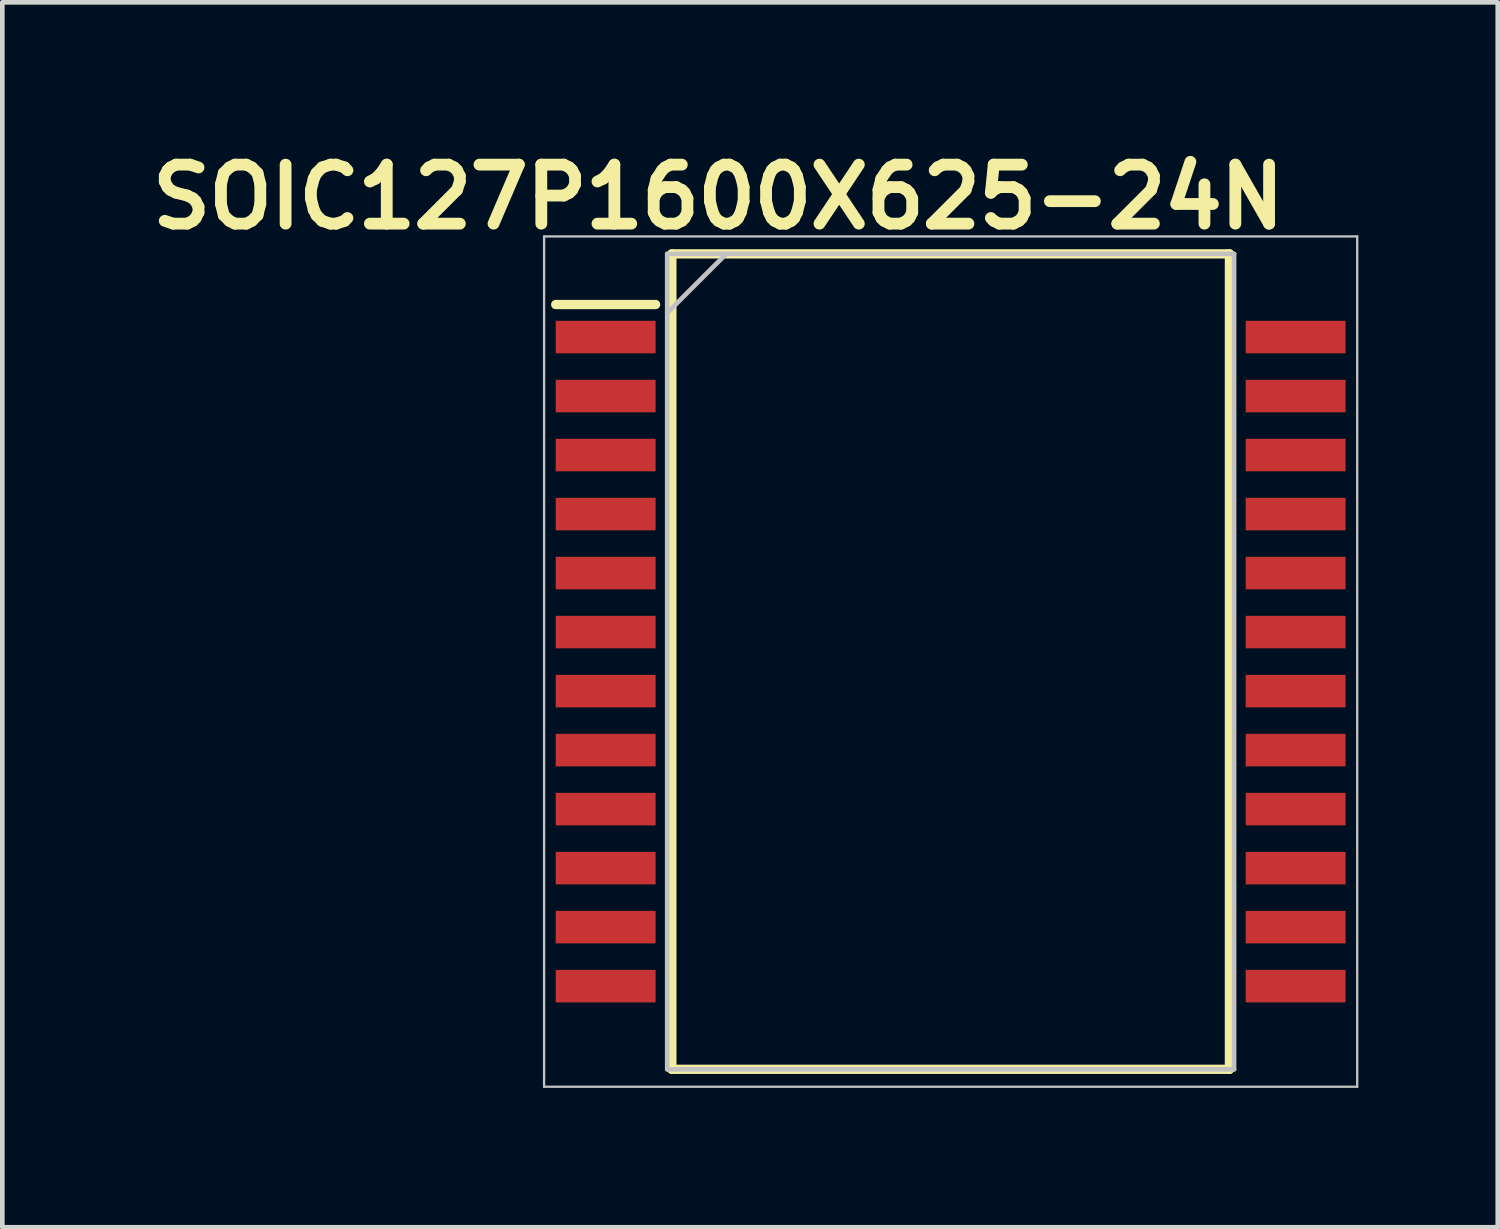
<source format=kicad_pcb>
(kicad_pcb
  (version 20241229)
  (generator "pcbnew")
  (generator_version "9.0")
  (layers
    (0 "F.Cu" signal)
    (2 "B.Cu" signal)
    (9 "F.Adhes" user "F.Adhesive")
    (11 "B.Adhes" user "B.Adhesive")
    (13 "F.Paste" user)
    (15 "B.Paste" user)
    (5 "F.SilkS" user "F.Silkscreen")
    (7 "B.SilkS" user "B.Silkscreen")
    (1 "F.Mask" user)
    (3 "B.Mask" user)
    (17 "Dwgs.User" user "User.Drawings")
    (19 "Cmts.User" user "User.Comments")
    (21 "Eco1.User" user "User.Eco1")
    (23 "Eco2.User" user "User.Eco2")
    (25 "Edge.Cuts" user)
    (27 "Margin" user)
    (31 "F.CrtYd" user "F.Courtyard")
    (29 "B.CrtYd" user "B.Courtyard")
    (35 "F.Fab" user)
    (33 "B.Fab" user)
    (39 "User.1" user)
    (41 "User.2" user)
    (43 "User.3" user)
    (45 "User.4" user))
  (footprint "SOIC127P1600X625-24N"
    (layer "F.Cu")
    (at 17.41 11.189)
    (property "Reference" "SOIC127P1600X625-24N" (at -5 -10 0) (layer "F.SilkS") (effects (font (size 1.27 1.27) (thickness 0.254))))
    (attr smd)
    (fp_line (start -8.5 -7.685) (end -6.35 -7.685) (stroke (width 0.2) (type solid)) (layer "F.SilkS"))
    (fp_line (start -6 -8.775) (end 6 -8.775) (stroke (width 0.2) (type solid)) (layer "F.SilkS"))
    (fp_line (start -6 8.775) (end -6 -8.775) (stroke (width 0.2) (type solid)) (layer "F.SilkS"))
    (fp_line (start 6 -8.775) (end 6 8.775) (stroke (width 0.2) (type solid)) (layer "F.SilkS"))
    (fp_line (start 6 8.775) (end -6 8.775) (stroke (width 0.2) (type solid)) (layer "F.SilkS"))
    (fp_line (start -8.75 -9.15) (end 8.75 -9.15) (stroke (width 0.05) (type solid)) (layer "Dwgs.User"))
    (fp_line (start -8.75 9.15) (end -8.75 -9.15) (stroke (width 0.05) (type solid)) (layer "Dwgs.User"))
    (fp_line (start -6.1 -8.775) (end 6.1 -8.775) (stroke (width 0.1) (type solid)) (layer "Dwgs.User"))
    (fp_line (start -6.1 -7.505) (end -4.83 -8.775) (stroke (width 0.1) (type solid)) (layer "Dwgs.User"))
    (fp_line (start -6.1 8.775) (end -6.1 -8.775) (stroke (width 0.1) (type solid)) (layer "Dwgs.User"))
    (fp_line (start 6.1 -8.775) (end 6.1 8.775) (stroke (width 0.1) (type solid)) (layer "Dwgs.User"))
    (fp_line (start 6.1 8.775) (end -6.1 8.775) (stroke (width 0.1) (type solid)) (layer "Dwgs.User"))
    (fp_line (start 8.75 -9.15) (end 8.75 9.15) (stroke (width 0.05) (type solid)) (layer "Dwgs.User"))
    (fp_line (start 8.75 9.15) (end -8.75 9.15) (stroke (width 0.05) (type solid)) (layer "Dwgs.User"))
    (pad "1" smd rect (at -7.425 -6.985 90) (size 0.7 2.15) (layers "F.Cu" "F.Mask" "F.Paste"))
    (pad "2" smd rect (at -7.425 -5.715 90) (size 0.7 2.15) (layers "F.Cu" "F.Mask" "F.Paste"))
    (pad "3" smd rect (at -7.425 -4.445 90) (size 0.7 2.15) (layers "F.Cu" "F.Mask" "F.Paste"))
    (pad "4" smd rect (at -7.425 -3.175 90) (size 0.7 2.15) (layers "F.Cu" "F.Mask" "F.Paste"))
    (pad "5" smd rect (at -7.425 -1.905 90) (size 0.7 2.15) (layers "F.Cu" "F.Mask" "F.Paste"))
    (pad "6" smd rect (at -7.425 -0.635 90) (size 0.7 2.15) (layers "F.Cu" "F.Mask" "F.Paste"))
    (pad "7" smd rect (at -7.425 0.635 90) (size 0.7 2.15) (layers "F.Cu" "F.Mask" "F.Paste"))
    (pad "8" smd rect (at -7.425 1.905 90) (size 0.7 2.15) (layers "F.Cu" "F.Mask" "F.Paste"))
    (pad "9" smd rect (at -7.425 3.175 90) (size 0.7 2.15) (layers "F.Cu" "F.Mask" "F.Paste"))
    (pad "10" smd rect (at -7.425 4.445 90) (size 0.7 2.15) (layers "F.Cu" "F.Mask" "F.Paste"))
    (pad "11" smd rect (at -7.425 5.715 90) (size 0.7 2.15) (layers "F.Cu" "F.Mask" "F.Paste"))
    (pad "12" smd rect (at -7.425 6.985 90) (size 0.7 2.15) (layers "F.Cu" "F.Mask" "F.Paste"))
    (pad "13" smd rect (at 7.425 6.985 90) (size 0.7 2.15) (layers "F.Cu" "F.Mask" "F.Paste"))
    (pad "14" smd rect (at 7.425 5.715 90) (size 0.7 2.15) (layers "F.Cu" "F.Mask" "F.Paste"))
    (pad "15" smd rect (at 7.425 4.445 90) (size 0.7 2.15) (layers "F.Cu" "F.Mask" "F.Paste"))
    (pad "16" smd rect (at 7.425 3.175 90) (size 0.7 2.15) (layers "F.Cu" "F.Mask" "F.Paste"))
    (pad "17" smd rect (at 7.425 1.905 90) (size 0.7 2.15) (layers "F.Cu" "F.Mask" "F.Paste"))
    (pad "18" smd rect (at 7.425 0.635 90) (size 0.7 2.15) (layers "F.Cu" "F.Mask" "F.Paste"))
    (pad "19" smd rect (at 7.425 -0.635 90) (size 0.7 2.15) (layers "F.Cu" "F.Mask" "F.Paste"))
    (pad "20" smd rect (at 7.425 -1.905 90) (size 0.7 2.15) (layers "F.Cu" "F.Mask" "F.Paste"))
    (pad "21" smd rect (at 7.425 -3.175 90) (size 0.7 2.15) (layers "F.Cu" "F.Mask" "F.Paste"))
    (pad "22" smd rect (at 7.425 -4.445 90) (size 0.7 2.15) (layers "F.Cu" "F.Mask" "F.Paste"))
    (pad "23" smd rect (at 7.425 -5.715 90) (size 0.7 2.15) (layers "F.Cu" "F.Mask" "F.Paste"))
    (pad "24" smd rect (at 7.425 -6.985 90) (size 0.7 2.15) (layers "F.Cu" "F.Mask" "F.Paste")))
  (gr_rect
    (start -3 -3)
    (end 29.185 23.364)
    (stroke (width 0.1) (type default))
    (fill no)
    (layer "Edge.Cuts")))
</source>
